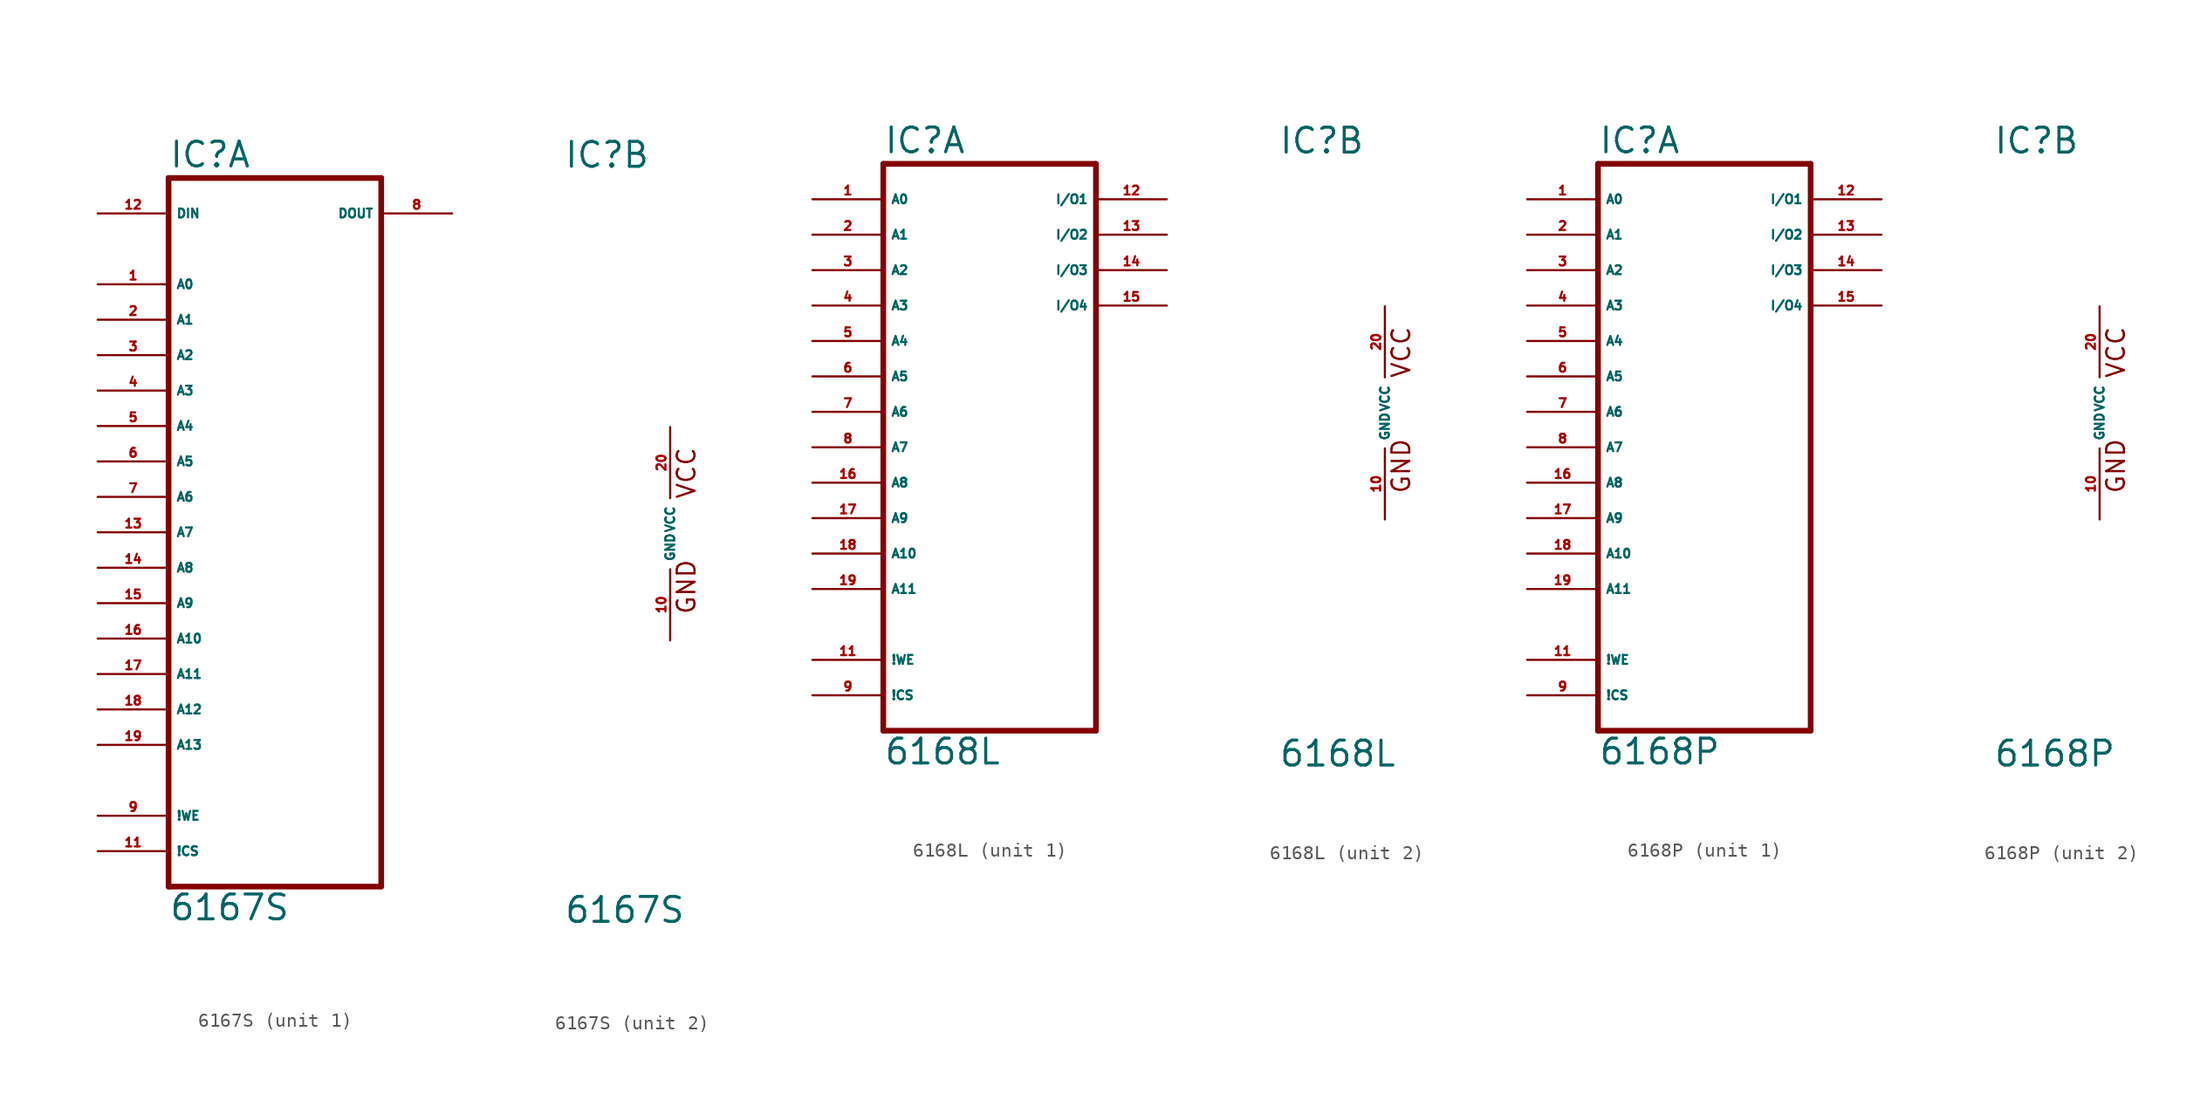
<source format=kicad_sym>
(kicad_symbol_lib
  (version 20220914)
  (generator Eagle2Kicad)
  (symbol "6167S"
    (property "Reference" "IC"
      (at -7.62 26.035 0)
      (effects (font (size 1.778 1.778) (thickness 0.22)) (justify left bottom)))
    (property "Value" "6167S"
      (at -7.62 -27.94 0)
      (effects (font (size 1.778 1.778) (thickness 0.22)) (justify left bottom)))
    (symbol "6167S_1_0"
      (polyline (pts (xy -7.62 -25.4) (xy 7.62 -25.4)) (stroke (width 0.406) (type default)) (fill (type none)))
      (polyline (pts (xy 7.62 -25.4) (xy 7.62 25.4)) (stroke (width 0.406) (type default)) (fill (type none)))
      (polyline (pts (xy 7.62 25.4) (xy -7.62 25.4)) (stroke (width 0.406) (type default)) (fill (type none)))
      (polyline (pts (xy -7.62 25.4) (xy -7.62 -25.4)) (stroke (width 0.406) (type default)) (fill (type none)))
      (pin input line (at -12.7 17.78 0) (length 5.08) (name "A0" (effects (font (size 0.635 0.635) (thickness 0.08)) (justify left bottom))) (number "1" (effects (font (size 0.635 0.635) (thickness 0.08)) (justify left bottom))))
      (pin input line (at -12.7 15.24 0) (length 5.08) (name "A1" (effects (font (size 0.635 0.635) (thickness 0.08)) (justify left bottom))) (number "2" (effects (font (size 0.635 0.635) (thickness 0.08)) (justify left bottom))))
      (pin input line (at -12.7 12.7 0) (length 5.08) (name "A2" (effects (font (size 0.635 0.635) (thickness 0.08)) (justify left bottom))) (number "3" (effects (font (size 0.635 0.635) (thickness 0.08)) (justify left bottom))))
      (pin input line (at -12.7 10.16 0) (length 5.08) (name "A3" (effects (font (size 0.635 0.635) (thickness 0.08)) (justify left bottom))) (number "4" (effects (font (size 0.635 0.635) (thickness 0.08)) (justify left bottom))))
      (pin input line (at -12.7 7.62 0) (length 5.08) (name "A4" (effects (font (size 0.635 0.635) (thickness 0.08)) (justify left bottom))) (number "5" (effects (font (size 0.635 0.635) (thickness 0.08)) (justify left bottom))))
      (pin input line (at -12.7 5.08 0) (length 5.08) (name "A5" (effects (font (size 0.635 0.635) (thickness 0.08)) (justify left bottom))) (number "6" (effects (font (size 0.635 0.635) (thickness 0.08)) (justify left bottom))))
      (pin input line (at -12.7 2.54 0) (length 5.08) (name "A6" (effects (font (size 0.635 0.635) (thickness 0.08)) (justify left bottom))) (number "7" (effects (font (size 0.635 0.635) (thickness 0.08)) (justify left bottom))))
      (pin input line (at -12.7 0 0) (length 5.08) (name "A7" (effects (font (size 0.635 0.635) (thickness 0.08)) (justify left bottom))) (number "13" (effects (font (size 0.635 0.635) (thickness 0.08)) (justify left bottom))))
      (pin input line (at -12.7 -2.54 0) (length 5.08) (name "A8" (effects (font (size 0.635 0.635) (thickness 0.08)) (justify left bottom))) (number "14" (effects (font (size 0.635 0.635) (thickness 0.08)) (justify left bottom))))
      (pin input line (at -12.7 -5.08 0) (length 5.08) (name "A9" (effects (font (size 0.635 0.635) (thickness 0.08)) (justify left bottom))) (number "15" (effects (font (size 0.635 0.635) (thickness 0.08)) (justify left bottom))))
      (pin input line (at -12.7 -7.62 0) (length 5.08) (name "A10" (effects (font (size 0.635 0.635) (thickness 0.08)) (justify left bottom))) (number "16" (effects (font (size 0.635 0.635) (thickness 0.08)) (justify left bottom))))
      (pin input line (at -12.7 22.86 0) (length 5.08) (name "DIN" (effects (font (size 0.635 0.635) (thickness 0.08)) (justify left bottom))) (number "12" (effects (font (size 0.635 0.635) (thickness 0.08)) (justify left bottom))))
      (pin input line (at -12.7 -10.16 0) (length 5.08) (name "A11" (effects (font (size 0.635 0.635) (thickness 0.08)) (justify left bottom))) (number "17" (effects (font (size 0.635 0.635) (thickness 0.08)) (justify left bottom))))
      (pin input line (at -12.7 -12.7 0) (length 5.08) (name "A12" (effects (font (size 0.635 0.635) (thickness 0.08)) (justify left bottom))) (number "18" (effects (font (size 0.635 0.635) (thickness 0.08)) (justify left bottom))))
      (pin output line (at 12.7 22.86 180) (length 5.08) (name "DOUT" (effects (font (size 0.635 0.635) (thickness 0.08)) (justify left bottom))) (number "8" (effects (font (size 0.635 0.635) (thickness 0.08)) (justify left bottom))))
      (pin input line (at -12.7 -15.24 0) (length 5.08) (name "A13" (effects (font (size 0.635 0.635) (thickness 0.08)) (justify left bottom))) (number "19" (effects (font (size 0.635 0.635) (thickness 0.08)) (justify left bottom))))
      (pin input line (at -12.7 -20.32 0) (length 5.08) (name "!WE" (effects (font (size 0.635 0.635) (thickness 0.08)) (justify left bottom))) (number "9" (effects (font (size 0.635 0.635) (thickness 0.08)) (justify left bottom))))
      (pin input line (at -12.7 -22.86 0) (length 5.08) (name "!CS" (effects (font (size 0.635 0.635) (thickness 0.08)) (justify left bottom))) (number "11" (effects (font (size 0.635 0.635) (thickness 0.08)) (justify left bottom)))))
    (symbol "6167S_2_0"
      (text "GND" (at 1.905 -5.842 900) (effects (font (size 1.27 1.27) (thickness 0.16)) (justify left bottom)))
      (text "VCC" (at 1.905 2.413 900) (effects (font (size 1.27 1.27) (thickness 0.16)) (justify left bottom)))
      (pin unspecified line (at 0 7.62 270) (length 5.08) (name "VCC" (effects (font (size 0.635 0.635) (thickness 0.08)) (justify left bottom))) (number "20" (effects (font (size 0.635 0.635) (thickness 0.08)) (justify left bottom))))
      (pin unspecified line (at 0 -7.62 90) (length 5.08) (name "GND" (effects (font (size 0.635 0.635) (thickness 0.08)) (justify left bottom))) (number "10" (effects (font (size 0.635 0.635) (thickness 0.08)) (justify left bottom))))))
  (symbol "6168L"
    (property "Reference" "IC"
      (at -7.62 18.415 0)
      (effects (font (size 1.778 1.778) (thickness 0.22)) (justify left bottom)))
    (property "Value" "6168L"
      (at -7.62 -25.4 0)
      (effects (font (size 1.778 1.778) (thickness 0.22)) (justify left bottom)))
    (symbol "6168L_1_0"
      (polyline (pts (xy -7.62 -22.86) (xy 7.62 -22.86)) (stroke (width 0.406) (type default)) (fill (type none)))
      (polyline (pts (xy 7.62 -22.86) (xy 7.62 17.78)) (stroke (width 0.406) (type default)) (fill (type none)))
      (polyline (pts (xy 7.62 17.78) (xy -7.62 17.78)) (stroke (width 0.406) (type default)) (fill (type none)))
      (polyline (pts (xy -7.62 17.78) (xy -7.62 -22.86)) (stroke (width 0.406) (type default)) (fill (type none)))
      (pin input line (at -12.7 15.24 0) (length 5.08) (name "A0" (effects (font (size 0.635 0.635) (thickness 0.08)) (justify left bottom))) (number "1" (effects (font (size 0.635 0.635) (thickness 0.08)) (justify left bottom))))
      (pin input line (at -12.7 12.7 0) (length 5.08) (name "A1" (effects (font (size 0.635 0.635) (thickness 0.08)) (justify left bottom))) (number "2" (effects (font (size 0.635 0.635) (thickness 0.08)) (justify left bottom))))
      (pin input line (at -12.7 10.16 0) (length 5.08) (name "A2" (effects (font (size 0.635 0.635) (thickness 0.08)) (justify left bottom))) (number "3" (effects (font (size 0.635 0.635) (thickness 0.08)) (justify left bottom))))
      (pin input line (at -12.7 7.62 0) (length 5.08) (name "A3" (effects (font (size 0.635 0.635) (thickness 0.08)) (justify left bottom))) (number "4" (effects (font (size 0.635 0.635) (thickness 0.08)) (justify left bottom))))
      (pin input line (at -12.7 5.08 0) (length 5.08) (name "A4" (effects (font (size 0.635 0.635) (thickness 0.08)) (justify left bottom))) (number "5" (effects (font (size 0.635 0.635) (thickness 0.08)) (justify left bottom))))
      (pin input line (at -12.7 2.54 0) (length 5.08) (name "A5" (effects (font (size 0.635 0.635) (thickness 0.08)) (justify left bottom))) (number "6" (effects (font (size 0.635 0.635) (thickness 0.08)) (justify left bottom))))
      (pin input line (at -12.7 0 0) (length 5.08) (name "A6" (effects (font (size 0.635 0.635) (thickness 0.08)) (justify left bottom))) (number "7" (effects (font (size 0.635 0.635) (thickness 0.08)) (justify left bottom))))
      (pin input line (at -12.7 -2.54 0) (length 5.08) (name "A7" (effects (font (size 0.635 0.635) (thickness 0.08)) (justify left bottom))) (number "8" (effects (font (size 0.635 0.635) (thickness 0.08)) (justify left bottom))))
      (pin input line (at -12.7 -5.08 0) (length 5.08) (name "A8" (effects (font (size 0.635 0.635) (thickness 0.08)) (justify left bottom))) (number "16" (effects (font (size 0.635 0.635) (thickness 0.08)) (justify left bottom))))
      (pin input line (at -12.7 -7.62 0) (length 5.08) (name "A9" (effects (font (size 0.635 0.635) (thickness 0.08)) (justify left bottom))) (number "17" (effects (font (size 0.635 0.635) (thickness 0.08)) (justify left bottom))))
      (pin input line (at -12.7 -10.16 0) (length 5.08) (name "A10" (effects (font (size 0.635 0.635) (thickness 0.08)) (justify left bottom))) (number "18" (effects (font (size 0.635 0.635) (thickness 0.08)) (justify left bottom))))
      (pin input line (at -12.7 -12.7 0) (length 5.08) (name "A11" (effects (font (size 0.635 0.635) (thickness 0.08)) (justify left bottom))) (number "19" (effects (font (size 0.635 0.635) (thickness 0.08)) (justify left bottom))))
      (pin input line (at -12.7 -17.78 0) (length 5.08) (name "!WE" (effects (font (size 0.635 0.635) (thickness 0.08)) (justify left bottom))) (number "11" (effects (font (size 0.635 0.635) (thickness 0.08)) (justify left bottom))))
      (pin input line (at -12.7 -20.32 0) (length 5.08) (name "!CS" (effects (font (size 0.635 0.635) (thickness 0.08)) (justify left bottom))) (number "9" (effects (font (size 0.635 0.635) (thickness 0.08)) (justify left bottom))))
      (pin bidirectional line (at 12.7 15.24 180) (length 5.08) (name "I/O1" (effects (font (size 0.635 0.635) (thickness 0.08)) (justify left bottom))) (number "12" (effects (font (size 0.635 0.635) (thickness 0.08)) (justify left bottom))))
      (pin bidirectional line (at 12.7 12.7 180) (length 5.08) (name "I/O2" (effects (font (size 0.635 0.635) (thickness 0.08)) (justify left bottom))) (number "13" (effects (font (size 0.635 0.635) (thickness 0.08)) (justify left bottom))))
      (pin bidirectional line (at 12.7 10.16 180) (length 5.08) (name "I/O3" (effects (font (size 0.635 0.635) (thickness 0.08)) (justify left bottom))) (number "14" (effects (font (size 0.635 0.635) (thickness 0.08)) (justify left bottom))))
      (pin bidirectional line (at 12.7 7.62 180) (length 5.08) (name "I/O4" (effects (font (size 0.635 0.635) (thickness 0.08)) (justify left bottom))) (number "15" (effects (font (size 0.635 0.635) (thickness 0.08)) (justify left bottom)))))
    (symbol "6168L_2_0"
      (text "GND" (at 1.905 -5.842 900) (effects (font (size 1.27 1.27) (thickness 0.16)) (justify left bottom)))
      (text "VCC" (at 1.905 2.413 900) (effects (font (size 1.27 1.27) (thickness 0.16)) (justify left bottom)))
      (pin unspecified line (at 0 7.62 270) (length 5.08) (name "VCC" (effects (font (size 0.635 0.635) (thickness 0.08)) (justify left bottom))) (number "20" (effects (font (size 0.635 0.635) (thickness 0.08)) (justify left bottom))))
      (pin unspecified line (at 0 -7.62 90) (length 5.08) (name "GND" (effects (font (size 0.635 0.635) (thickness 0.08)) (justify left bottom))) (number "10" (effects (font (size 0.635 0.635) (thickness 0.08)) (justify left bottom))))))
  (symbol "6168P"
    (property "Reference" "IC"
      (at -7.62 18.415 0)
      (effects (font (size 1.778 1.778) (thickness 0.22)) (justify left bottom)))
    (property "Value" "6168P"
      (at -7.62 -25.4 0)
      (effects (font (size 1.778 1.778) (thickness 0.22)) (justify left bottom)))
    (symbol "6168P_1_0"
      (polyline (pts (xy -7.62 -22.86) (xy 7.62 -22.86)) (stroke (width 0.406) (type default)) (fill (type none)))
      (polyline (pts (xy 7.62 -22.86) (xy 7.62 17.78)) (stroke (width 0.406) (type default)) (fill (type none)))
      (polyline (pts (xy 7.62 17.78) (xy -7.62 17.78)) (stroke (width 0.406) (type default)) (fill (type none)))
      (polyline (pts (xy -7.62 17.78) (xy -7.62 -22.86)) (stroke (width 0.406) (type default)) (fill (type none)))
      (pin input line (at -12.7 15.24 0) (length 5.08) (name "A0" (effects (font (size 0.635 0.635) (thickness 0.08)) (justify left bottom))) (number "1" (effects (font (size 0.635 0.635) (thickness 0.08)) (justify left bottom))))
      (pin input line (at -12.7 12.7 0) (length 5.08) (name "A1" (effects (font (size 0.635 0.635) (thickness 0.08)) (justify left bottom))) (number "2" (effects (font (size 0.635 0.635) (thickness 0.08)) (justify left bottom))))
      (pin input line (at -12.7 10.16 0) (length 5.08) (name "A2" (effects (font (size 0.635 0.635) (thickness 0.08)) (justify left bottom))) (number "3" (effects (font (size 0.635 0.635) (thickness 0.08)) (justify left bottom))))
      (pin input line (at -12.7 7.62 0) (length 5.08) (name "A3" (effects (font (size 0.635 0.635) (thickness 0.08)) (justify left bottom))) (number "4" (effects (font (size 0.635 0.635) (thickness 0.08)) (justify left bottom))))
      (pin input line (at -12.7 5.08 0) (length 5.08) (name "A4" (effects (font (size 0.635 0.635) (thickness 0.08)) (justify left bottom))) (number "5" (effects (font (size 0.635 0.635) (thickness 0.08)) (justify left bottom))))
      (pin input line (at -12.7 2.54 0) (length 5.08) (name "A5" (effects (font (size 0.635 0.635) (thickness 0.08)) (justify left bottom))) (number "6" (effects (font (size 0.635 0.635) (thickness 0.08)) (justify left bottom))))
      (pin input line (at -12.7 0 0) (length 5.08) (name "A6" (effects (font (size 0.635 0.635) (thickness 0.08)) (justify left bottom))) (number "7" (effects (font (size 0.635 0.635) (thickness 0.08)) (justify left bottom))))
      (pin input line (at -12.7 -2.54 0) (length 5.08) (name "A7" (effects (font (size 0.635 0.635) (thickness 0.08)) (justify left bottom))) (number "8" (effects (font (size 0.635 0.635) (thickness 0.08)) (justify left bottom))))
      (pin input line (at -12.7 -5.08 0) (length 5.08) (name "A8" (effects (font (size 0.635 0.635) (thickness 0.08)) (justify left bottom))) (number "16" (effects (font (size 0.635 0.635) (thickness 0.08)) (justify left bottom))))
      (pin input line (at -12.7 -7.62 0) (length 5.08) (name "A9" (effects (font (size 0.635 0.635) (thickness 0.08)) (justify left bottom))) (number "17" (effects (font (size 0.635 0.635) (thickness 0.08)) (justify left bottom))))
      (pin input line (at -12.7 -10.16 0) (length 5.08) (name "A10" (effects (font (size 0.635 0.635) (thickness 0.08)) (justify left bottom))) (number "18" (effects (font (size 0.635 0.635) (thickness 0.08)) (justify left bottom))))
      (pin input line (at -12.7 -12.7 0) (length 5.08) (name "A11" (effects (font (size 0.635 0.635) (thickness 0.08)) (justify left bottom))) (number "19" (effects (font (size 0.635 0.635) (thickness 0.08)) (justify left bottom))))
      (pin input line (at -12.7 -17.78 0) (length 5.08) (name "!WE" (effects (font (size 0.635 0.635) (thickness 0.08)) (justify left bottom))) (number "11" (effects (font (size 0.635 0.635) (thickness 0.08)) (justify left bottom))))
      (pin input line (at -12.7 -20.32 0) (length 5.08) (name "!CS" (effects (font (size 0.635 0.635) (thickness 0.08)) (justify left bottom))) (number "9" (effects (font (size 0.635 0.635) (thickness 0.08)) (justify left bottom))))
      (pin bidirectional line (at 12.7 15.24 180) (length 5.08) (name "I/O1" (effects (font (size 0.635 0.635) (thickness 0.08)) (justify left bottom))) (number "12" (effects (font (size 0.635 0.635) (thickness 0.08)) (justify left bottom))))
      (pin bidirectional line (at 12.7 12.7 180) (length 5.08) (name "I/O2" (effects (font (size 0.635 0.635) (thickness 0.08)) (justify left bottom))) (number "13" (effects (font (size 0.635 0.635) (thickness 0.08)) (justify left bottom))))
      (pin bidirectional line (at 12.7 10.16 180) (length 5.08) (name "I/O3" (effects (font (size 0.635 0.635) (thickness 0.08)) (justify left bottom))) (number "14" (effects (font (size 0.635 0.635) (thickness 0.08)) (justify left bottom))))
      (pin bidirectional line (at 12.7 7.62 180) (length 5.08) (name "I/O4" (effects (font (size 0.635 0.635) (thickness 0.08)) (justify left bottom))) (number "15" (effects (font (size 0.635 0.635) (thickness 0.08)) (justify left bottom)))))
    (symbol "6168P_2_0"
      (text "GND" (at 1.905 -5.842 900) (effects (font (size 1.27 1.27) (thickness 0.16)) (justify left bottom)))
      (text "VCC" (at 1.905 2.413 900) (effects (font (size 1.27 1.27) (thickness 0.16)) (justify left bottom)))
      (pin unspecified line (at 0 7.62 270) (length 5.08) (name "VCC" (effects (font (size 0.635 0.635) (thickness 0.08)) (justify left bottom))) (number "20" (effects (font (size 0.635 0.635) (thickness 0.08)) (justify left bottom))))
      (pin unspecified line (at 0 -7.62 90) (length 5.08) (name "GND" (effects (font (size 0.635 0.635) (thickness 0.08)) (justify left bottom))) (number "10" (effects (font (size 0.635 0.635) (thickness 0.08)) (justify left bottom)))))))
</source>
